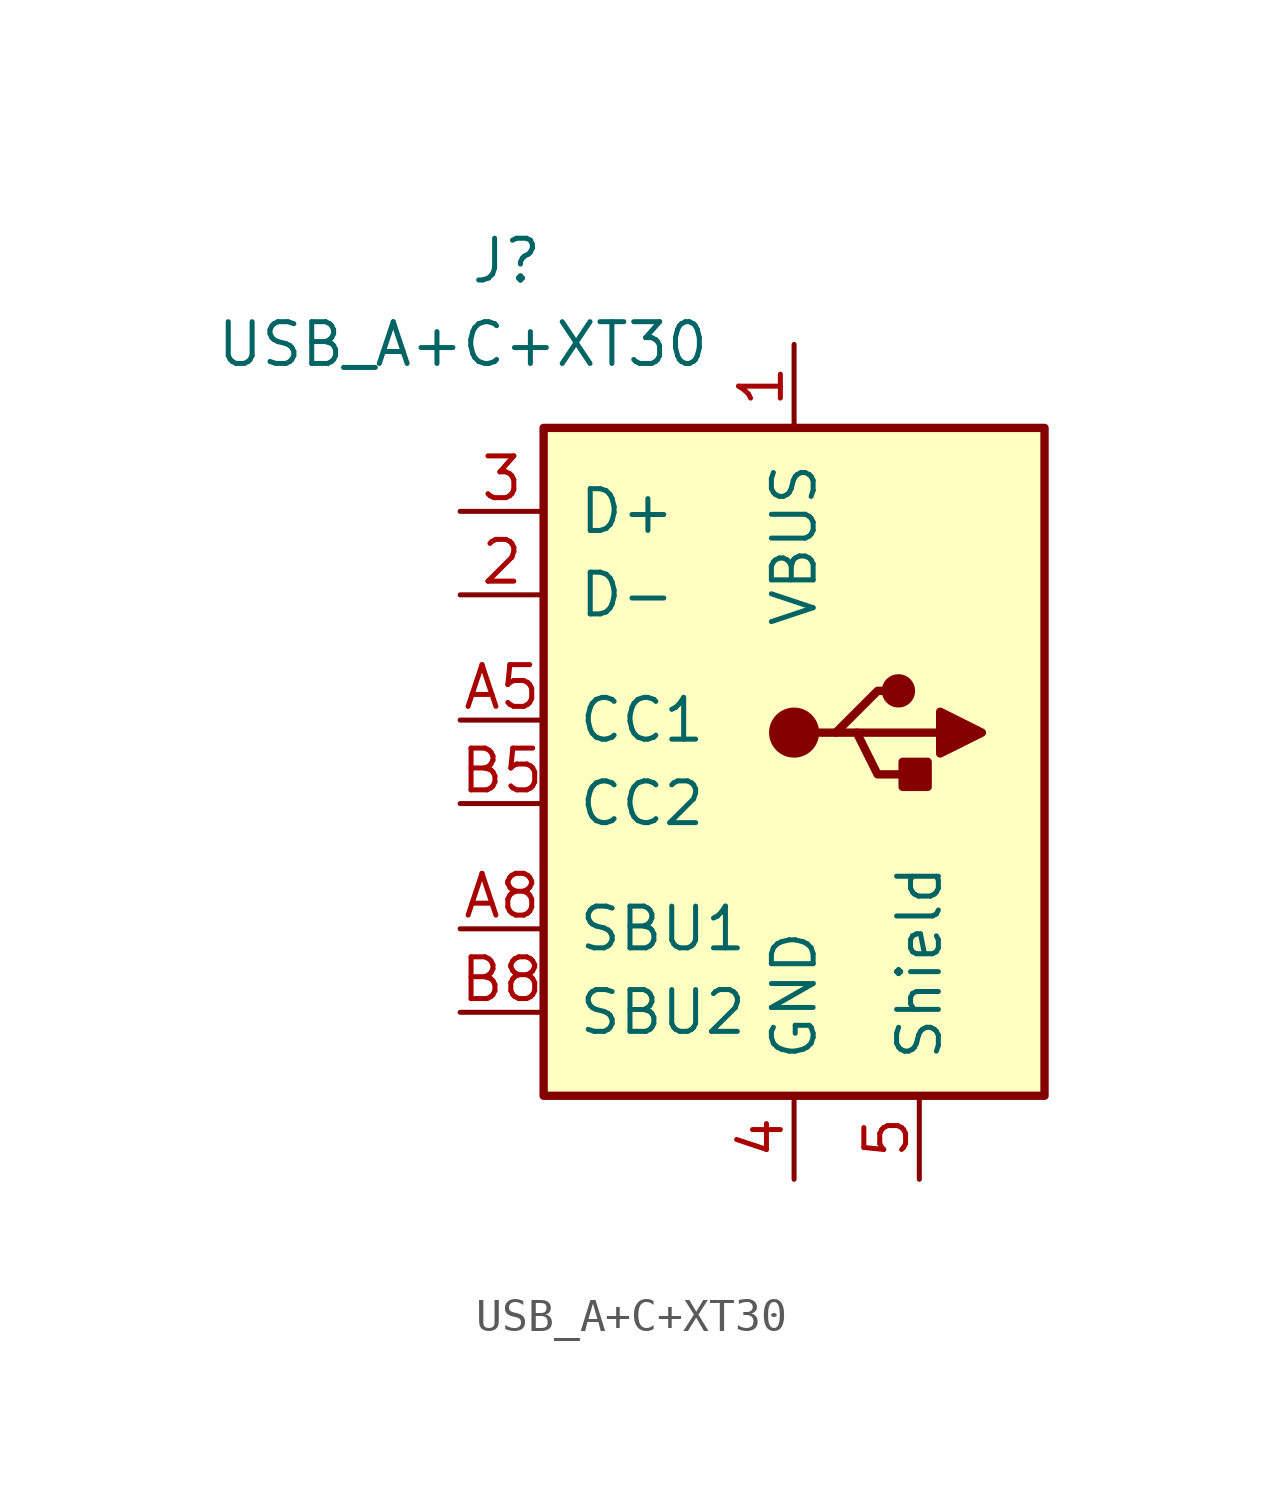
<source format=kicad_sym>
(kicad_symbol_lib
  (version 20211014)
  (generator kicad_symbol_editor)
  (symbol "USB_A+C+XT30"
    (pin_names
      (offset 1.016))
    (property "Reference" "J"
      (at -7.62 15.24 0)
      (effects (font (size 1.27 1.27)) (justify right)))
    (property "Value" "USB_A+C+XT30"
      (at -2.54 12.7 0)
      (effects (font (size 1.27 1.27)) (justify right)))
    (symbol "USB_A+C+XT30_0_1"
      (rectangle (start -7.62 10.16) (end 7.62 -10.16) (stroke (width 0.254) (type default) (color 0 0 0 0)) (fill (type background)))
      (polyline (pts (xy 0.635 0.889) (xy 1.27 0.889) (xy 2.54 2.159) (xy 3.175 2.159)) (stroke (width 0.254) (type default) (color 0 0 0 0)) (fill (type none)))
      (polyline (pts (xy 1.27 0.889) (xy 1.905 0.889) (xy 2.54 -0.381) (xy 3.81 -0.381)) (stroke (width 0.254) (type default) (color 0 0 0 0)) (fill (type none)))
      (polyline (pts (xy 4.445 1.524) (xy 4.445 0.254) (xy 5.715 0.889) (xy 4.445 1.524)) (stroke (width 0.254) (type default) (color 0 0 0 0)) (fill (type outline)))
      (circle (center 0 0.889) (radius 0.635) (stroke (width 0.254) (type default) (color 0 0 0 0)) (fill (type outline)))
      (circle (center 3.175 2.159) (radius 0.381) (stroke (width 0.254) (type default) (color 0 0 0 0)) (fill (type outline)))
      (rectangle (start 4.064 0) (end 3.302 -0.762) (stroke (width 0.254) (type default) (color 0 0 0 0)) (fill (type outline))))
    (symbol "USB_A+C+XT30_1_1"
      (polyline (pts (xy 1.905 0.889) (xy 4.445 0.889)) (stroke (width 0.254) (type default) (color 0 0 0 0)) (fill (type none)))
      (pin power_in line (at 0 12.7 270) (length 2.54) (name "VBUS" (effects (font (size 1.27 1.27)))) (number "1" (effects (font (size 1.27 1.27)))))
      (pin bidirectional line (at -10.16 5.08 0) (length 2.54) (name "D-" (effects (font (size 1.27 1.27)))) (number "2" (effects (font (size 1.27 1.27)))))
      (pin bidirectional line (at -10.16 7.62 0) (length 2.54) (name "D+" (effects (font (size 1.27 1.27)))) (number "3" (effects (font (size 1.27 1.27)))))
      (pin power_in line (at 0 -12.7 90) (length 2.54) (name "GND" (effects (font (size 1.27 1.27)))) (number "4" (effects (font (size 1.27 1.27)))))
      (pin passive line (at 3.81 -12.7 90) (length 2.54) (name "Shield" (effects (font (size 1.27 1.27)))) (number "5" (effects (font (size 1.27 1.27)))))
      (pin bidirectional line (at -10.16 1.27 0) (length 2.54) (name "CC1" (effects (font (size 1.27 1.27)))) (number "A5" (effects (font (size 1.27 1.27)))))
      (pin bidirectional line (at -10.16 -5.08 0) (length 2.54) (name "SBU1" (effects (font (size 1.27 1.27)))) (number "A8" (effects (font (size 1.27 1.27)))))
      (pin bidirectional line (at -10.16 -1.27 0) (length 2.54) (name "CC2" (effects (font (size 1.27 1.27)))) (number "B5" (effects (font (size 1.27 1.27)))))
      (pin bidirectional line (at -10.16 -7.62 0) (length 2.54) (name "SBU2" (effects (font (size 1.27 1.27)))) (number "B8" (effects (font (size 1.27 1.27))))))))
</source>
